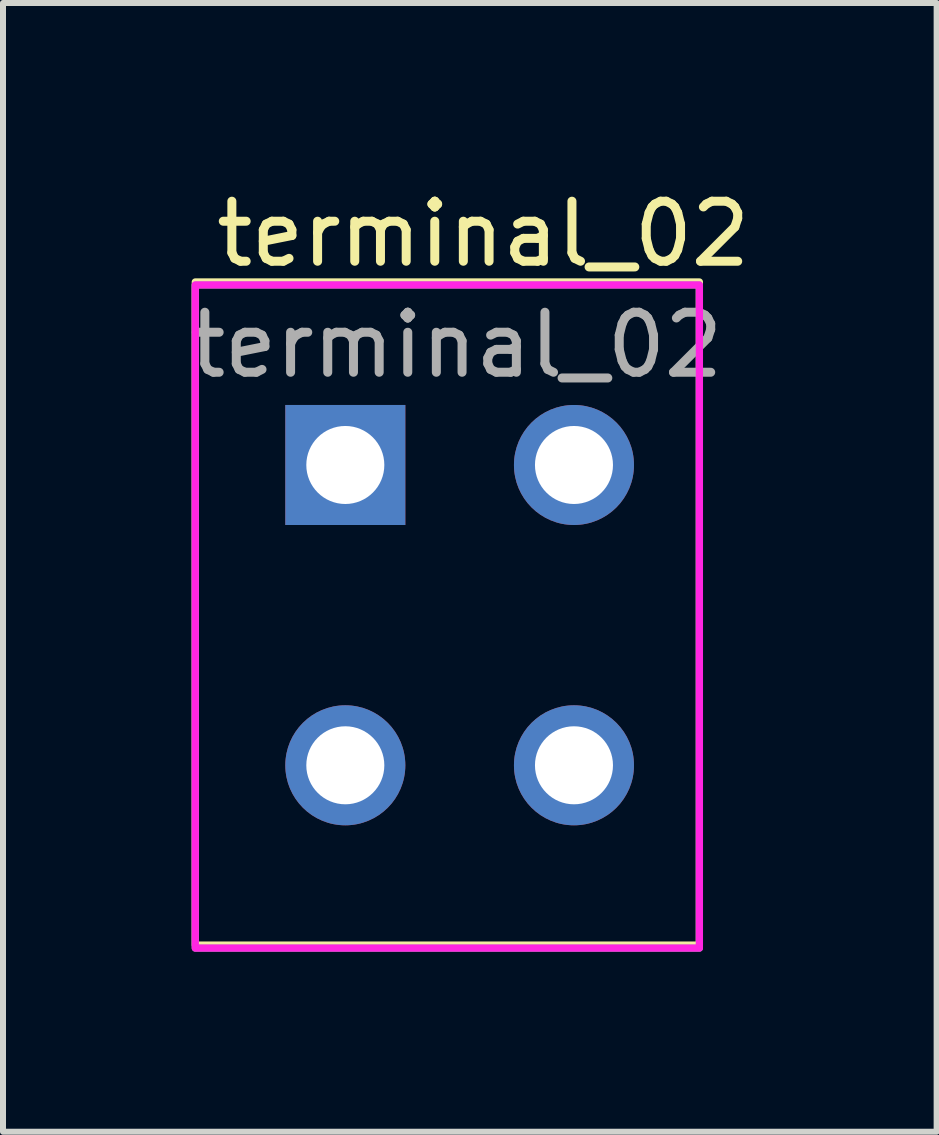
<source format=kicad_pcb>
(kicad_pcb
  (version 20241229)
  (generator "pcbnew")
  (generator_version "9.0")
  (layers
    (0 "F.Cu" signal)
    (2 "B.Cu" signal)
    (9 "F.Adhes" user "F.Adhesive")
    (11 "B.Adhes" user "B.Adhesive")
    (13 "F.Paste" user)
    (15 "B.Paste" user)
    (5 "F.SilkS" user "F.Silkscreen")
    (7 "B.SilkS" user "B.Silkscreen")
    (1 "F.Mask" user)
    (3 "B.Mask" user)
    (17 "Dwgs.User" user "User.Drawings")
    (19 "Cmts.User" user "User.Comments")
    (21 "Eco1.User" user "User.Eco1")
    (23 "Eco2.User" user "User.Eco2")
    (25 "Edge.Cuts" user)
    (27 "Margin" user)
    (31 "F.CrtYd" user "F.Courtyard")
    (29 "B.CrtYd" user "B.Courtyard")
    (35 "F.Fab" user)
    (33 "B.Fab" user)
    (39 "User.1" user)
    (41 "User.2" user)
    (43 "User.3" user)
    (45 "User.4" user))
  (footprint "terminal_02"
    (layer "F.Cu")
    (at 2.704 4.698)
    (property "Reference" "terminal_02" (at 2.3 -3.85 0) (layer "F.SilkS") (effects (font (size 1 1) (thickness 0.15))))
    (attr through_hole)
    (fp_rect (start -2.5 -3.05) (end 5.9 8) (stroke (width 0.12) (type default)) (fill no) (layer "F.SilkS"))
    (fp_rect (start -2.5 -3) (end 5.9 8.05) (stroke (width 0.12) (type default)) (fill no) (layer "F.CrtYd"))
    (fp_rect (start -2.5 -3) (end 5.9 8.05) (stroke (width 0.12) (type default)) (fill no) (layer "F.Fab"))
    (fp_text user "${REFERENCE}" (at 1.85 -2 180) (layer "F.Fab") (effects (font (size 1 1) (thickness 0.15))))
    (pad "1" thru_hole rect (at 0 0) (size 2 2) (drill 1.3) (layers "*.Cu" "*.Mask"))
    (pad "1" thru_hole oval (at 0 5.004) (size 2 2) (drill 1.3) (layers "*.Cu" "*.Mask"))
    (pad "2" thru_hole circle (at 3.81 0) (size 2 2) (drill 1.3) (layers "*.Cu" "*.Mask"))
    (pad "2" thru_hole circle (at 3.81 5.004) (size 2 2) (drill 1.3) (layers "*.Cu" "*.Mask")))
  (gr_rect
    (start -3 -3)
    (end 12.557 15.808)
    (stroke (width 0.1) (type default))
    (fill no)
    (layer "Edge.Cuts")))
</source>
